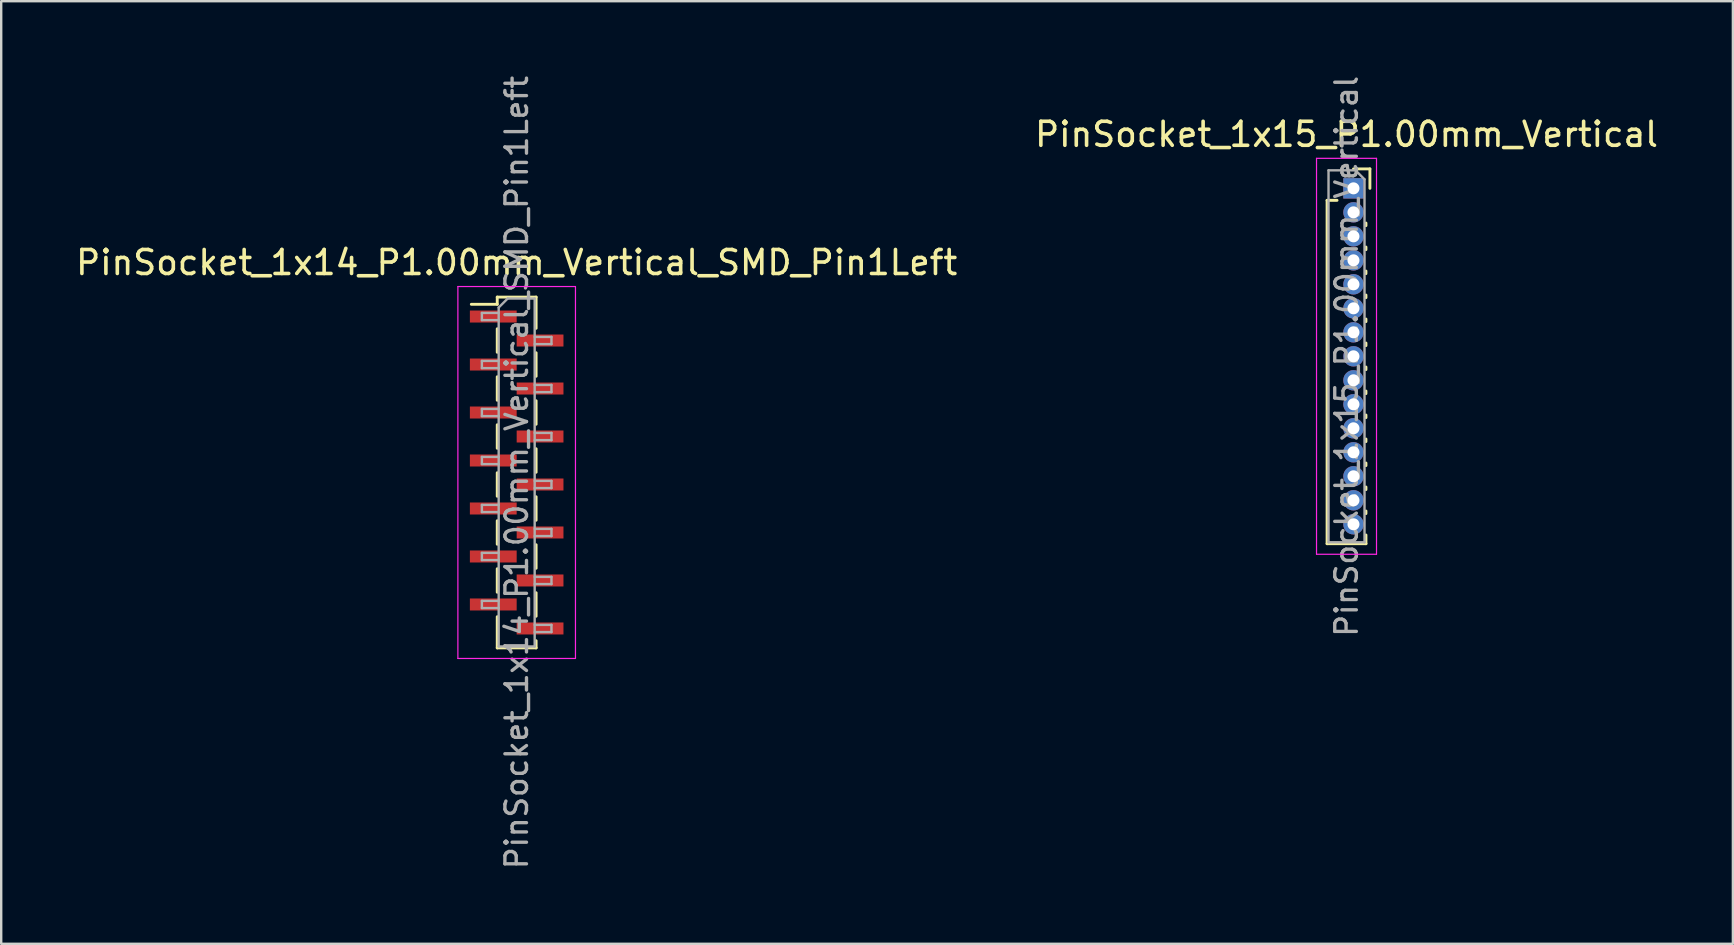
<source format=kicad_pcb>
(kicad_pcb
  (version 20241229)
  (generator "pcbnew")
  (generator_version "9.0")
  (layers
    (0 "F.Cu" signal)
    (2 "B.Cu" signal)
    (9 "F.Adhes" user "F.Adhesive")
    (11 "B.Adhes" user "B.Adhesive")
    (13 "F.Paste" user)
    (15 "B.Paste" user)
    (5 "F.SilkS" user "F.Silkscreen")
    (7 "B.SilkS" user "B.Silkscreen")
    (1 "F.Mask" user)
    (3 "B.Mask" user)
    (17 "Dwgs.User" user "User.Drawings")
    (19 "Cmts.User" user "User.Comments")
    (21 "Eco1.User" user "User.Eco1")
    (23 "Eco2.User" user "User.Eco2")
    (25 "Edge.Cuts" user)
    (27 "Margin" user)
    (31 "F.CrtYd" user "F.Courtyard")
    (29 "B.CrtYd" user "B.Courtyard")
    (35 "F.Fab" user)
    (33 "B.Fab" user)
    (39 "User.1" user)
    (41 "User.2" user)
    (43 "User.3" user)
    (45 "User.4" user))
  (footprint "PinSocket_1x14_P1.00mm_Vertical_SMD_Pin1Left"
    (layer "F.Cu")
    (at 18.482 16.641)
    (property "Reference" "PinSocket_1x14_P1.00mm_Vertical_SMD_Pin1Left" (at 0 -8.75 0) (layer "F.SilkS") (effects (font (size 1 1) (thickness 0.15))))
    (attr smd)
    (fp_line (start -1.89 -7.01) (end -0.81 -7.01) (stroke (width 0.12) (type solid)) (layer "F.SilkS"))
    (fp_line (start -0.81 -7.31) (end -0.81 -7.01) (stroke (width 0.12) (type solid)) (layer "F.SilkS"))
    (fp_line (start -0.81 -7.31) (end 0.81 -7.31) (stroke (width 0.12) (type solid)) (layer "F.SilkS"))
    (fp_line (start -0.81 -5.99) (end -0.81 -5.01) (stroke (width 0.12) (type solid)) (layer "F.SilkS"))
    (fp_line (start -0.81 -3.99) (end -0.81 -3.01) (stroke (width 0.12) (type solid)) (layer "F.SilkS"))
    (fp_line (start -0.81 -1.99) (end -0.81 -1.01) (stroke (width 0.12) (type solid)) (layer "F.SilkS"))
    (fp_line (start -0.81 0.01) (end -0.81 0.99) (stroke (width 0.12) (type solid)) (layer "F.SilkS"))
    (fp_line (start -0.81 2.01) (end -0.81 2.99) (stroke (width 0.12) (type solid)) (layer "F.SilkS"))
    (fp_line (start -0.81 4.01) (end -0.81 4.99) (stroke (width 0.12) (type solid)) (layer "F.SilkS"))
    (fp_line (start -0.81 6.01) (end -0.81 7.31) (stroke (width 0.12) (type solid)) (layer "F.SilkS"))
    (fp_line (start -0.81 7.31) (end 0.81 7.31) (stroke (width 0.12) (type solid)) (layer "F.SilkS"))
    (fp_line (start 0.81 -7.31) (end 0.81 -6.01) (stroke (width 0.12) (type solid)) (layer "F.SilkS"))
    (fp_line (start 0.81 -4.99) (end 0.81 -4.01) (stroke (width 0.12) (type solid)) (layer "F.SilkS"))
    (fp_line (start 0.81 -2.99) (end 0.81 -2.01) (stroke (width 0.12) (type solid)) (layer "F.SilkS"))
    (fp_line (start 0.81 -0.99) (end 0.81 -0.01) (stroke (width 0.12) (type solid)) (layer "F.SilkS"))
    (fp_line (start 0.81 1.01) (end 0.81 1.99) (stroke (width 0.12) (type solid)) (layer "F.SilkS"))
    (fp_line (start 0.81 3.01) (end 0.81 3.99) (stroke (width 0.12) (type solid)) (layer "F.SilkS"))
    (fp_line (start 0.81 5.01) (end 0.81 5.99) (stroke (width 0.12) (type solid)) (layer "F.SilkS"))
    (fp_line (start 0.81 7.01) (end 0.81 7.31) (stroke (width 0.12) (type solid)) (layer "F.SilkS"))
    (fp_line (start -2.45 -7.75) (end 2.45 -7.75) (stroke (width 0.05) (type solid)) (layer "F.CrtYd"))
    (fp_line (start -2.45 7.75) (end -2.45 -7.75) (stroke (width 0.05) (type solid)) (layer "F.CrtYd"))
    (fp_line (start 2.45 -7.75) (end 2.45 7.75) (stroke (width 0.05) (type solid)) (layer "F.CrtYd"))
    (fp_line (start 2.45 7.75) (end -2.45 7.75) (stroke (width 0.05) (type solid)) (layer "F.CrtYd"))
    (fp_line (start -1.45 -6.65) (end -0.75 -6.65) (stroke (width 0.1) (type solid)) (layer "F.Fab"))
    (fp_line (start -1.45 -6.35) (end -1.45 -6.65) (stroke (width 0.1) (type solid)) (layer "F.Fab"))
    (fp_line (start -1.45 -4.65) (end -0.75 -4.65) (stroke (width 0.1) (type solid)) (layer "F.Fab"))
    (fp_line (start -1.45 -4.35) (end -1.45 -4.65) (stroke (width 0.1) (type solid)) (layer "F.Fab"))
    (fp_line (start -1.45 -2.65) (end -0.75 -2.65) (stroke (width 0.1) (type solid)) (layer "F.Fab"))
    (fp_line (start -1.45 -2.35) (end -1.45 -2.65) (stroke (width 0.1) (type solid)) (layer "F.Fab"))
    (fp_line (start -1.45 -0.65) (end -0.75 -0.65) (stroke (width 0.1) (type solid)) (layer "F.Fab"))
    (fp_line (start -1.45 -0.35) (end -1.45 -0.65) (stroke (width 0.1) (type solid)) (layer "F.Fab"))
    (fp_line (start -1.45 1.35) (end -0.75 1.35) (stroke (width 0.1) (type solid)) (layer "F.Fab"))
    (fp_line (start -1.45 1.65) (end -1.45 1.35) (stroke (width 0.1) (type solid)) (layer "F.Fab"))
    (fp_line (start -1.45 3.35) (end -0.75 3.35) (stroke (width 0.1) (type solid)) (layer "F.Fab"))
    (fp_line (start -1.45 3.65) (end -1.45 3.35) (stroke (width 0.1) (type solid)) (layer "F.Fab"))
    (fp_line (start -1.45 5.35) (end -0.75 5.35) (stroke (width 0.1) (type solid)) (layer "F.Fab"))
    (fp_line (start -1.45 5.65) (end -1.45 5.35) (stroke (width 0.1) (type solid)) (layer "F.Fab"))
    (fp_line (start -0.75 -6.875) (end -0.375 -7.25) (stroke (width 0.1) (type solid)) (layer "F.Fab"))
    (fp_line (start -0.75 -6.35) (end -1.45 -6.35) (stroke (width 0.1) (type solid)) (layer "F.Fab"))
    (fp_line (start -0.75 -4.35) (end -1.45 -4.35) (stroke (width 0.1) (type solid)) (layer "F.Fab"))
    (fp_line (start -0.75 -2.35) (end -1.45 -2.35) (stroke (width 0.1) (type solid)) (layer "F.Fab"))
    (fp_line (start -0.75 -0.35) (end -1.45 -0.35) (stroke (width 0.1) (type solid)) (layer "F.Fab"))
    (fp_line (start -0.75 1.65) (end -1.45 1.65) (stroke (width 0.1) (type solid)) (layer "F.Fab"))
    (fp_line (start -0.75 3.65) (end -1.45 3.65) (stroke (width 0.1) (type solid)) (layer "F.Fab"))
    (fp_line (start -0.75 5.65) (end -1.45 5.65) (stroke (width 0.1) (type solid)) (layer "F.Fab"))
    (fp_line (start -0.75 7.25) (end -0.75 -6.875) (stroke (width 0.1) (type solid)) (layer "F.Fab"))
    (fp_line (start -0.375 -7.25) (end 0.75 -7.25) (stroke (width 0.1) (type solid)) (layer "F.Fab"))
    (fp_line (start 0.75 -7.25) (end 0.75 7.25) (stroke (width 0.1) (type solid)) (layer "F.Fab"))
    (fp_line (start 0.75 -5.65) (end 1.45 -5.65) (stroke (width 0.1) (type solid)) (layer "F.Fab"))
    (fp_line (start 0.75 -3.65) (end 1.45 -3.65) (stroke (width 0.1) (type solid)) (layer "F.Fab"))
    (fp_line (start 0.75 -1.65) (end 1.45 -1.65) (stroke (width 0.1) (type solid)) (layer "F.Fab"))
    (fp_line (start 0.75 0.35) (end 1.45 0.35) (stroke (width 0.1) (type solid)) (layer "F.Fab"))
    (fp_line (start 0.75 2.35) (end 1.45 2.35) (stroke (width 0.1) (type solid)) (layer "F.Fab"))
    (fp_line (start 0.75 4.35) (end 1.45 4.35) (stroke (width 0.1) (type solid)) (layer "F.Fab"))
    (fp_line (start 0.75 6.35) (end 1.45 6.35) (stroke (width 0.1) (type solid)) (layer "F.Fab"))
    (fp_line (start 0.75 7.25) (end -0.75 7.25) (stroke (width 0.1) (type solid)) (layer "F.Fab"))
    (fp_line (start 1.45 -5.65) (end 1.45 -5.35) (stroke (width 0.1) (type solid)) (layer "F.Fab"))
    (fp_line (start 1.45 -5.35) (end 0.75 -5.35) (stroke (width 0.1) (type solid)) (layer "F.Fab"))
    (fp_line (start 1.45 -3.65) (end 1.45 -3.35) (stroke (width 0.1) (type solid)) (layer "F.Fab"))
    (fp_line (start 1.45 -3.35) (end 0.75 -3.35) (stroke (width 0.1) (type solid)) (layer "F.Fab"))
    (fp_line (start 1.45 -1.65) (end 1.45 -1.35) (stroke (width 0.1) (type solid)) (layer "F.Fab"))
    (fp_line (start 1.45 -1.35) (end 0.75 -1.35) (stroke (width 0.1) (type solid)) (layer "F.Fab"))
    (fp_line (start 1.45 0.35) (end 1.45 0.65) (stroke (width 0.1) (type solid)) (layer "F.Fab"))
    (fp_line (start 1.45 0.65) (end 0.75 0.65) (stroke (width 0.1) (type solid)) (layer "F.Fab"))
    (fp_line (start 1.45 2.35) (end 1.45 2.65) (stroke (width 0.1) (type solid)) (layer "F.Fab"))
    (fp_line (start 1.45 2.65) (end 0.75 2.65) (stroke (width 0.1) (type solid)) (layer "F.Fab"))
    (fp_line (start 1.45 4.35) (end 1.45 4.65) (stroke (width 0.1) (type solid)) (layer "F.Fab"))
    (fp_line (start 1.45 4.65) (end 0.75 4.65) (stroke (width 0.1) (type solid)) (layer "F.Fab"))
    (fp_line (start 1.45 6.35) (end 1.45 6.65) (stroke (width 0.1) (type solid)) (layer "F.Fab"))
    (fp_line (start 1.45 6.65) (end 0.75 6.65) (stroke (width 0.1) (type solid)) (layer "F.Fab"))
    (fp_text user "${REFERENCE}" (at 0 0 90) (layer "F.Fab") (effects (font (size 0.9 0.9) (thickness 0.14))))
    (pad "1" smd rect (at -0.975 -6.5) (size 1.95 0.5) (layers "F.Cu" "F.Mask" "F.Paste"))
    (pad "2" smd rect (at 0.975 -5.5) (size 1.95 0.5) (layers "F.Cu" "F.Mask" "F.Paste"))
    (pad "3" smd rect (at -0.975 -4.5) (size 1.95 0.5) (layers "F.Cu" "F.Mask" "F.Paste"))
    (pad "4" smd rect (at 0.975 -3.5) (size 1.95 0.5) (layers "F.Cu" "F.Mask" "F.Paste"))
    (pad "5" smd rect (at -0.975 -2.5) (size 1.95 0.5) (layers "F.Cu" "F.Mask" "F.Paste"))
    (pad "6" smd rect (at 0.975 -1.5) (size 1.95 0.5) (layers "F.Cu" "F.Mask" "F.Paste"))
    (pad "7" smd rect (at -0.975 -0.5) (size 1.95 0.5) (layers "F.Cu" "F.Mask" "F.Paste"))
    (pad "8" smd rect (at 0.975 0.5) (size 1.95 0.5) (layers "F.Cu" "F.Mask" "F.Paste"))
    (pad "9" smd rect (at -0.975 1.5) (size 1.95 0.5) (layers "F.Cu" "F.Mask" "F.Paste"))
    (pad "10" smd rect (at 0.975 2.5) (size 1.95 0.5) (layers "F.Cu" "F.Mask" "F.Paste"))
    (pad "11" smd rect (at -0.975 3.5) (size 1.95 0.5) (layers "F.Cu" "F.Mask" "F.Paste"))
    (pad "12" smd rect (at 0.975 4.5) (size 1.95 0.5) (layers "F.Cu" "F.Mask" "F.Paste"))
    (pad "13" smd rect (at -0.975 5.5) (size 1.95 0.5) (layers "F.Cu" "F.Mask" "F.Paste"))
    (pad "14" smd rect (at 0.975 6.5) (size 1.95 0.5) (layers "F.Cu" "F.Mask" "F.Paste")))
  (footprint "PinSocket_1x15_P1.00mm_Vertical"
    (layer "F.Cu")
    (at 53.355 4.799)
    (property "Reference" "PinSocket_1x15_P1.00mm_Vertical" (at -0.29 -2.25 0) (layer "F.SilkS") (effects (font (size 1 1) (thickness 0.15))))
    (attr through_hole)
    (fp_line (start -1.1 0.5) (end -1.1 14.81) (stroke (width 0.12) (type solid)) (layer "F.SilkS"))
    (fp_line (start -1.1 0.5) (end -0.685 0.5) (stroke (width 0.12) (type solid)) (layer "F.SilkS"))
    (fp_line (start -1.1 14.81) (end 0.52 14.81) (stroke (width 0.12) (type solid)) (layer "F.SilkS"))
    (fp_line (start 0 -0.81) (end 0.685 -0.81) (stroke (width 0.12) (type solid)) (layer "F.SilkS"))
    (fp_line (start 0.52 1.446) (end 0.52 1.554) (stroke (width 0.12) (type solid)) (layer "F.SilkS"))
    (fp_line (start 0.52 2.446) (end 0.52 2.554) (stroke (width 0.12) (type solid)) (layer "F.SilkS"))
    (fp_line (start 0.52 3.446) (end 0.52 3.554) (stroke (width 0.12) (type solid)) (layer "F.SilkS"))
    (fp_line (start 0.52 4.446) (end 0.52 4.554) (stroke (width 0.12) (type solid)) (layer "F.SilkS"))
    (fp_line (start 0.52 5.446) (end 0.52 5.554) (stroke (width 0.12) (type solid)) (layer "F.SilkS"))
    (fp_line (start 0.52 6.446) (end 0.52 6.554) (stroke (width 0.12) (type solid)) (layer "F.SilkS"))
    (fp_line (start 0.52 7.446) (end 0.52 7.554) (stroke (width 0.12) (type solid)) (layer "F.SilkS"))
    (fp_line (start 0.52 8.446) (end 0.52 8.554) (stroke (width 0.12) (type solid)) (layer "F.SilkS"))
    (fp_line (start 0.52 9.446) (end 0.52 9.554) (stroke (width 0.12) (type solid)) (layer "F.SilkS"))
    (fp_line (start 0.52 10.446) (end 0.52 10.554) (stroke (width 0.12) (type solid)) (layer "F.SilkS"))
    (fp_line (start 0.52 11.446) (end 0.52 11.554) (stroke (width 0.12) (type solid)) (layer "F.SilkS"))
    (fp_line (start 0.52 12.446) (end 0.52 12.554) (stroke (width 0.12) (type solid)) (layer "F.SilkS"))
    (fp_line (start 0.52 13.446) (end 0.52 13.554) (stroke (width 0.12) (type solid)) (layer "F.SilkS"))
    (fp_line (start 0.52 14.446) (end 0.52 14.81) (stroke (width 0.12) (type solid)) (layer "F.SilkS"))
    (fp_line (start 0.685 -0.81) (end 0.685 0) (stroke (width 0.12) (type solid)) (layer "F.SilkS"))
    (fp_line (start -1.54 -1.25) (end 0.96 -1.25) (stroke (width 0.05) (type solid)) (layer "F.CrtYd"))
    (fp_line (start -1.54 15.25) (end -1.54 -1.25) (stroke (width 0.05) (type solid)) (layer "F.CrtYd"))
    (fp_line (start 0.96 -1.25) (end 0.96 15.25) (stroke (width 0.05) (type solid)) (layer "F.CrtYd"))
    (fp_line (start 0.96 15.25) (end -1.54 15.25) (stroke (width 0.05) (type solid)) (layer "F.CrtYd"))
    (fp_line (start -1.04 -0.75) (end 0.085 -0.75) (stroke (width 0.1) (type solid)) (layer "F.Fab"))
    (fp_line (start -1.04 14.75) (end -1.04 -0.75) (stroke (width 0.1) (type solid)) (layer "F.Fab"))
    (fp_line (start 0.085 -0.75) (end 0.46 -0.375) (stroke (width 0.1) (type solid)) (layer "F.Fab"))
    (fp_line (start 0.46 -0.375) (end 0.46 14.75) (stroke (width 0.1) (type solid)) (layer "F.Fab"))
    (fp_line (start 0.46 14.75) (end -1.04 14.75) (stroke (width 0.1) (type solid)) (layer "F.Fab"))
    (fp_text user "${REFERENCE}" (at -0.29 7 90) (layer "F.Fab") (effects (font (size 0.9 0.9) (thickness 0.14))))
    (pad "1" thru_hole rect (at 0 0) (size 0.85 0.85) (drill 0.5) (layers "*.Cu" "*.Mask"))
    (pad "2" thru_hole circle (at 0 1) (size 0.85 0.85) (drill 0.5) (layers "*.Cu" "*.Mask"))
    (pad "3" thru_hole circle (at 0 2) (size 0.85 0.85) (drill 0.5) (layers "*.Cu" "*.Mask"))
    (pad "4" thru_hole circle (at 0 3) (size 0.85 0.85) (drill 0.5) (layers "*.Cu" "*.Mask"))
    (pad "5" thru_hole circle (at 0 4) (size 0.85 0.85) (drill 0.5) (layers "*.Cu" "*.Mask"))
    (pad "6" thru_hole circle (at 0 5) (size 0.85 0.85) (drill 0.5) (layers "*.Cu" "*.Mask"))
    (pad "7" thru_hole circle (at 0 6) (size 0.85 0.85) (drill 0.5) (layers "*.Cu" "*.Mask"))
    (pad "8" thru_hole circle (at 0 7) (size 0.85 0.85) (drill 0.5) (layers "*.Cu" "*.Mask"))
    (pad "9" thru_hole circle (at 0 8) (size 0.85 0.85) (drill 0.5) (layers "*.Cu" "*.Mask"))
    (pad "10" thru_hole circle (at 0 9) (size 0.85 0.85) (drill 0.5) (layers "*.Cu" "*.Mask"))
    (pad "11" thru_hole circle (at 0 10) (size 0.85 0.85) (drill 0.5) (layers "*.Cu" "*.Mask"))
    (pad "12" thru_hole circle (at 0 11) (size 0.85 0.85) (drill 0.5) (layers "*.Cu" "*.Mask"))
    (pad "13" thru_hole circle (at 0 12) (size 0.85 0.85) (drill 0.5) (layers "*.Cu" "*.Mask"))
    (pad "14" thru_hole circle (at 0 13) (size 0.85 0.85) (drill 0.5) (layers "*.Cu" "*.Mask"))
    (pad "15" thru_hole circle (at 0 14) (size 0.85 0.85) (drill 0.5) (layers "*.Cu" "*.Mask")))
  (gr_rect
    (start -3 -3)
    (end 69.167 36.283)
    (stroke (width 0.1) (type default))
    (fill no)
    (layer "Edge.Cuts")))
</source>
